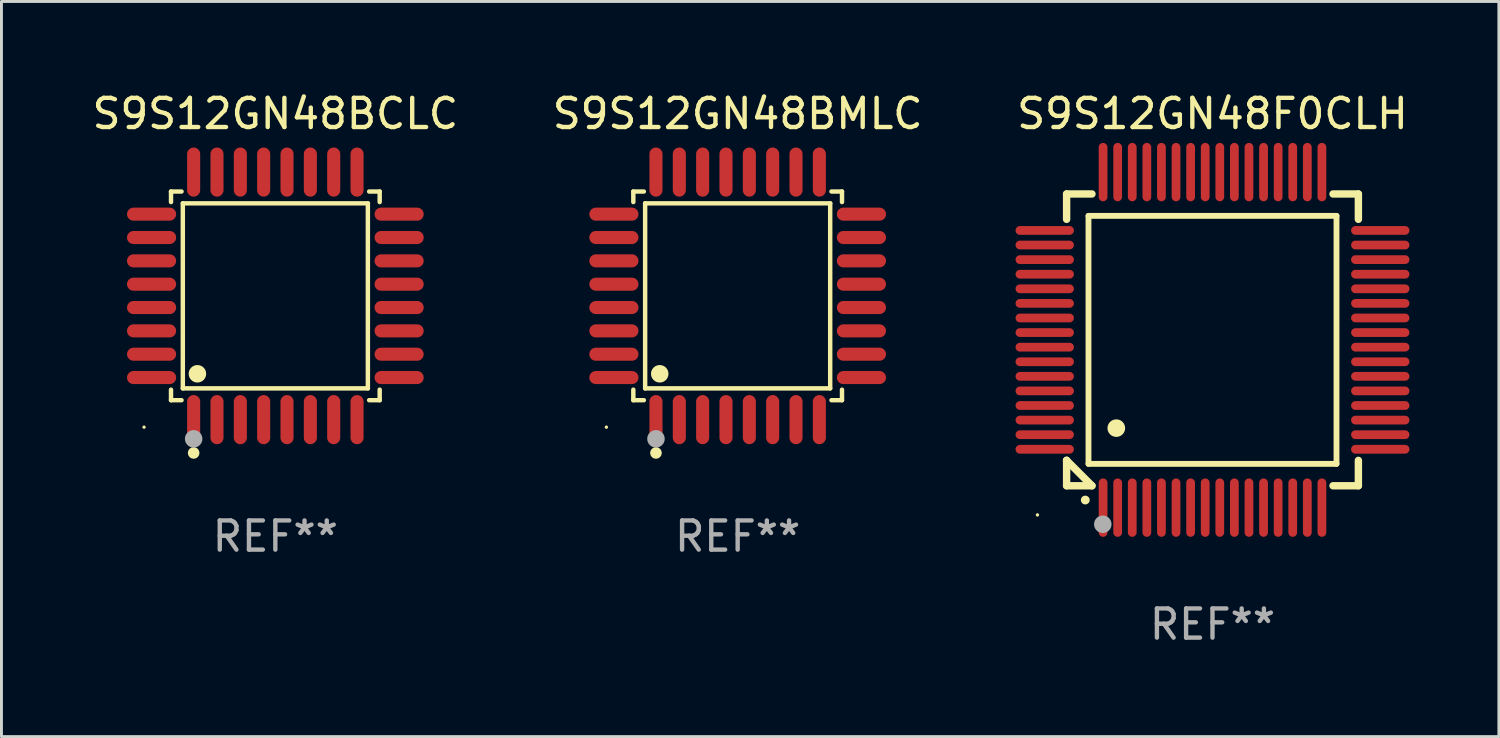
<source format=kicad_pcb>
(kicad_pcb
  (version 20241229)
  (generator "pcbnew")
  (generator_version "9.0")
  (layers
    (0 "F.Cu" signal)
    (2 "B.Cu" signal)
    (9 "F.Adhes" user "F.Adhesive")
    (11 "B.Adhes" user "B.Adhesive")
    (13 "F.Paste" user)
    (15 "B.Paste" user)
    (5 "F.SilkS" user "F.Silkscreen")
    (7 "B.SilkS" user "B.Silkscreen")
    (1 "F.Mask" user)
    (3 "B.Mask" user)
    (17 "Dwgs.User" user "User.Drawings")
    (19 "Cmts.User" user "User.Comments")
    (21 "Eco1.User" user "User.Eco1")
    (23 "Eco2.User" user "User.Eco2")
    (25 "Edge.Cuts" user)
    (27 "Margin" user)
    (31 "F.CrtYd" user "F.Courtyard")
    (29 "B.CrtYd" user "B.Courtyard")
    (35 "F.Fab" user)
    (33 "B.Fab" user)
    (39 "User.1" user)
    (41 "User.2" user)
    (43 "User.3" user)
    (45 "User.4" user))
  (footprint "S9S12GN48F0CLH"
    (layer "F.Cu")
    (at 38.506 8.598)
    (property "Reference" "S9S12GN48F0CLH" (at 0 -7.75 0) (layer "F.SilkS") (effects (font (size 1 1) (thickness 0.15))))
    (attr through_hole)
    (fp_line (start -5 -5) (end -4.131 -5) (stroke (width 0.254) (type solid)) (layer "F.SilkS"))
    (fp_line (start -5 -4.131) (end -5 -5) (stroke (width 0.254) (type solid)) (layer "F.SilkS"))
    (fp_line (start -5 4.131) (end -5 4.131) (stroke (width 0.254) (type solid)) (layer "F.SilkS"))
    (fp_line (start -5 5) (end -5 4.131) (stroke (width 0.254) (type solid)) (layer "F.SilkS"))
    (fp_line (start -5 4.131) (end -4.131 5) (stroke (width 0.254) (type solid)) (layer "F.SilkS"))
    (fp_line (start -4.25 -4.25) (end -4.25 4.25) (stroke (width 0.2) (type solid)) (layer "F.SilkS"))
    (fp_line (start -4.25 4.25) (end 4.25 4.25) (stroke (width 0.2) (type solid)) (layer "F.SilkS"))
    (fp_line (start -4.131 5) (end -5 5) (stroke (width 0.254) (type solid)) (layer "F.SilkS"))
    (fp_line (start 4.25 -4.25) (end -4.25 -4.25) (stroke (width 0.2) (type solid)) (layer "F.SilkS"))
    (fp_line (start 4.25 4.25) (end 4.25 -4.25) (stroke (width 0.2) (type solid)) (layer "F.SilkS"))
    (fp_line (start 5 -5) (end 4.131 -5) (stroke (width 0.254) (type solid)) (layer "F.SilkS"))
    (fp_line (start 5 -5) (end 5 -4.131) (stroke (width 0.254) (type solid)) (layer "F.SilkS"))
    (fp_line (start 5 4.131) (end 5 5) (stroke (width 0.254) (type solid)) (layer "F.SilkS"))
    (fp_line (start 5 5) (end 4.131 5) (stroke (width 0.254) (type solid)) (layer "F.SilkS"))
    (fp_arc (start -4.361265 5.489992) (mid -4.359995 5.489987) (end -4.358725 5.489992) (stroke (width 0.3) (type solid)) (layer "F.SilkS"))
    (fp_arc (start -3.299467 3.025146) (mid -3.296927 3.025135) (end -3.294387 3.025146) (stroke (width 0.6) (type solid)) (layer "F.SilkS"))
    (fp_circle (center -6 6) (end -5.97 6) (stroke (width 0.06) (type solid)) (fill no) (layer "F.SilkS"))
    (fp_circle (center -3.76 6.32) (end -3.61 6.32) (stroke (width 0.3) (type solid)) (fill no) (layer "F.Fab"))
    (fp_text user "REF**" (at 0 9.75 0) (layer "F.Fab") (effects (font (size 1 1) (thickness 0.15))))
    (pad "1" smd oval (at -3.75 5.75) (size 0.3 2) (layers "F.Cu" "F.Mask" "F.Paste"))
    (pad "2" smd oval (at -3.25 5.75) (size 0.3 2) (layers "F.Cu" "F.Mask" "F.Paste"))
    (pad "3" smd oval (at -2.75 5.75) (size 0.3 2) (layers "F.Cu" "F.Mask" "F.Paste"))
    (pad "4" smd oval (at -2.25 5.75) (size 0.3 2) (layers "F.Cu" "F.Mask" "F.Paste"))
    (pad "5" smd oval (at -1.75 5.75) (size 0.3 2) (layers "F.Cu" "F.Mask" "F.Paste"))
    (pad "6" smd oval (at -1.25 5.75) (size 0.3 2) (layers "F.Cu" "F.Mask" "F.Paste"))
    (pad "7" smd oval (at -0.75 5.75) (size 0.3 2) (layers "F.Cu" "F.Mask" "F.Paste"))
    (pad "8" smd oval (at -0.25 5.75) (size 0.3 2) (layers "F.Cu" "F.Mask" "F.Paste"))
    (pad "9" smd oval (at 0.25 5.75) (size 0.3 2) (layers "F.Cu" "F.Mask" "F.Paste"))
    (pad "10" smd oval (at 0.75 5.75) (size 0.3 2) (layers "F.Cu" "F.Mask" "F.Paste"))
    (pad "11" smd oval (at 1.25 5.75) (size 0.3 2) (layers "F.Cu" "F.Mask" "F.Paste"))
    (pad "12" smd oval (at 1.75 5.75) (size 0.3 2) (layers "F.Cu" "F.Mask" "F.Paste"))
    (pad "13" smd oval (at 2.25 5.75) (size 0.3 2) (layers "F.Cu" "F.Mask" "F.Paste"))
    (pad "14" smd oval (at 2.75 5.75) (size 0.3 2) (layers "F.Cu" "F.Mask" "F.Paste"))
    (pad "15" smd oval (at 3.25 5.75) (size 0.3 2) (layers "F.Cu" "F.Mask" "F.Paste"))
    (pad "16" smd oval (at 3.75 5.75) (size 0.3 2) (layers "F.Cu" "F.Mask" "F.Paste"))
    (pad "17" smd oval (at 5.75 3.75) (size 2 0.3) (layers "F.Cu" "F.Mask" "F.Paste"))
    (pad "18" smd oval (at 5.75 3.25) (size 2 0.3) (layers "F.Cu" "F.Mask" "F.Paste"))
    (pad "19" smd oval (at 5.75 2.75) (size 2 0.3) (layers "F.Cu" "F.Mask" "F.Paste"))
    (pad "20" smd oval (at 5.75 2.25) (size 2 0.3) (layers "F.Cu" "F.Mask" "F.Paste"))
    (pad "21" smd oval (at 5.75 1.75) (size 2 0.3) (layers "F.Cu" "F.Mask" "F.Paste"))
    (pad "22" smd oval (at 5.75 1.25) (size 2 0.3) (layers "F.Cu" "F.Mask" "F.Paste"))
    (pad "23" smd oval (at 5.75 0.75) (size 2 0.3) (layers "F.Cu" "F.Mask" "F.Paste"))
    (pad "24" smd oval (at 5.75 0.25) (size 2 0.3) (layers "F.Cu" "F.Mask" "F.Paste"))
    (pad "25" smd oval (at 5.75 -0.25) (size 2 0.3) (layers "F.Cu" "F.Mask" "F.Paste"))
    (pad "26" smd oval (at 5.75 -0.75) (size 2 0.3) (layers "F.Cu" "F.Mask" "F.Paste"))
    (pad "27" smd oval (at 5.75 -1.25) (size 2 0.3) (layers "F.Cu" "F.Mask" "F.Paste"))
    (pad "28" smd oval (at 5.75 -1.75) (size 2 0.3) (layers "F.Cu" "F.Mask" "F.Paste"))
    (pad "29" smd oval (at 5.75 -2.25) (size 2 0.3) (layers "F.Cu" "F.Mask" "F.Paste"))
    (pad "30" smd oval (at 5.75 -2.75) (size 2 0.3) (layers "F.Cu" "F.Mask" "F.Paste"))
    (pad "31" smd oval (at 5.75 -3.25) (size 2 0.3) (layers "F.Cu" "F.Mask" "F.Paste"))
    (pad "32" smd oval (at 5.75 -3.75) (size 2 0.3) (layers "F.Cu" "F.Mask" "F.Paste"))
    (pad "33" smd oval (at 3.75 -5.75) (size 0.3 2) (layers "F.Cu" "F.Mask" "F.Paste"))
    (pad "34" smd oval (at 3.25 -5.75) (size 0.3 2) (layers "F.Cu" "F.Mask" "F.Paste"))
    (pad "35" smd oval (at 2.75 -5.75) (size 0.3 2) (layers "F.Cu" "F.Mask" "F.Paste"))
    (pad "36" smd oval (at 2.25 -5.75) (size 0.3 2) (layers "F.Cu" "F.Mask" "F.Paste"))
    (pad "37" smd oval (at 1.75 -5.75) (size 0.3 2) (layers "F.Cu" "F.Mask" "F.Paste"))
    (pad "38" smd oval (at 1.25 -5.75) (size 0.3 2) (layers "F.Cu" "F.Mask" "F.Paste"))
    (pad "39" smd oval (at 0.75 -5.75) (size 0.3 2) (layers "F.Cu" "F.Mask" "F.Paste"))
    (pad "40" smd oval (at 0.25 -5.75) (size 0.3 2) (layers "F.Cu" "F.Mask" "F.Paste"))
    (pad "41" smd oval (at -0.25 -5.75) (size 0.3 2) (layers "F.Cu" "F.Mask" "F.Paste"))
    (pad "42" smd oval (at -0.75 -5.75) (size 0.3 2) (layers "F.Cu" "F.Mask" "F.Paste"))
    (pad "43" smd oval (at -1.25 -5.75) (size 0.3 2) (layers "F.Cu" "F.Mask" "F.Paste"))
    (pad "44" smd oval (at -1.75 -5.75) (size 0.3 2) (layers "F.Cu" "F.Mask" "F.Paste"))
    (pad "45" smd oval (at -2.25 -5.75) (size 0.3 2) (layers "F.Cu" "F.Mask" "F.Paste"))
    (pad "46" smd oval (at -2.75 -5.75) (size 0.3 2) (layers "F.Cu" "F.Mask" "F.Paste"))
    (pad "47" smd oval (at -3.25 -5.75) (size 0.3 2) (layers "F.Cu" "F.Mask" "F.Paste"))
    (pad "48" smd oval (at -3.75 -5.75) (size 0.3 2) (layers "F.Cu" "F.Mask" "F.Paste"))
    (pad "49" smd oval (at -5.75 -3.75) (size 2 0.3) (layers "F.Cu" "F.Mask" "F.Paste"))
    (pad "50" smd oval (at -5.75 -3.25) (size 2 0.3) (layers "F.Cu" "F.Mask" "F.Paste"))
    (pad "51" smd oval (at -5.75 -2.75) (size 2 0.3) (layers "F.Cu" "F.Mask" "F.Paste"))
    (pad "52" smd oval (at -5.75 -2.25) (size 2 0.3) (layers "F.Cu" "F.Mask" "F.Paste"))
    (pad "53" smd oval (at -5.75 -1.75) (size 2 0.3) (layers "F.Cu" "F.Mask" "F.Paste"))
    (pad "54" smd oval (at -5.75 -1.25) (size 2 0.3) (layers "F.Cu" "F.Mask" "F.Paste"))
    (pad "55" smd oval (at -5.75 -0.75) (size 2 0.3) (layers "F.Cu" "F.Mask" "F.Paste"))
    (pad "56" smd oval (at -5.75 -0.25) (size 2 0.3) (layers "F.Cu" "F.Mask" "F.Paste"))
    (pad "57" smd oval (at -5.75 0.25) (size 2 0.3) (layers "F.Cu" "F.Mask" "F.Paste"))
    (pad "58" smd oval (at -5.75 0.75) (size 2 0.3) (layers "F.Cu" "F.Mask" "F.Paste"))
    (pad "59" smd oval (at -5.75 1.25) (size 2 0.3) (layers "F.Cu" "F.Mask" "F.Paste"))
    (pad "60" smd oval (at -5.75 1.75) (size 2 0.3) (layers "F.Cu" "F.Mask" "F.Paste"))
    (pad "61" smd oval (at -5.75 2.25) (size 2 0.3) (layers "F.Cu" "F.Mask" "F.Paste"))
    (pad "62" smd oval (at -5.75 2.75) (size 2 0.3) (layers "F.Cu" "F.Mask" "F.Paste"))
    (pad "63" smd oval (at -5.75 3.25) (size 2 0.3) (layers "F.Cu" "F.Mask" "F.Paste"))
    (pad "64" smd oval (at -5.75 3.75) (size 2 0.3) (layers "F.Cu" "F.Mask" "F.Paste")))
  (footprint "S9S12GN48BMLC"
    (layer "F.Cu")
    (at 22.232 7.09)
    (property "Reference" "S9S12GN48BMLC" (at 0 -6.242 0) (layer "F.SilkS") (effects (font (size 1 1) (thickness 0.15))))
    (attr through_hole)
    (fp_line (start -3.576 -3.576) (end -3.215 -3.576) (stroke (width 0.152) (type solid)) (layer "F.SilkS"))
    (fp_line (start -3.576 -3.215) (end -3.576 -3.576) (stroke (width 0.152) (type solid)) (layer "F.SilkS"))
    (fp_line (start -3.576 3.215) (end -3.576 3.576) (stroke (width 0.152) (type solid)) (layer "F.SilkS"))
    (fp_line (start -3.576 3.576) (end -3.215 3.576) (stroke (width 0.152) (type solid)) (layer "F.SilkS"))
    (fp_line (start -3.171 -3.171) (end 3.171 -3.171) (stroke (width 0.152) (type solid)) (layer "F.SilkS"))
    (fp_line (start -3.171 3.171) (end -3.171 -3.171) (stroke (width 0.152) (type solid)) (layer "F.SilkS"))
    (fp_line (start 3.171 -3.171) (end 3.171 3.171) (stroke (width 0.152) (type solid)) (layer "F.SilkS"))
    (fp_line (start 3.171 3.171) (end -3.171 3.171) (stroke (width 0.152) (type solid)) (layer "F.SilkS"))
    (fp_line (start 3.576 -3.576) (end 3.215 -3.576) (stroke (width 0.152) (type solid)) (layer "F.SilkS"))
    (fp_line (start 3.576 -3.215) (end 3.576 -3.576) (stroke (width 0.152) (type solid)) (layer "F.SilkS"))
    (fp_line (start 3.576 3.215) (end 3.576 3.576) (stroke (width 0.152) (type solid)) (layer "F.SilkS"))
    (fp_line (start 3.576 3.576) (end 3.215 3.576) (stroke (width 0.152) (type solid)) (layer "F.SilkS"))
    (fp_circle (center -4.5 4.5) (end -4.47 4.5) (stroke (width 0.06) (type solid)) (fill no) (layer "F.SilkS"))
    (fp_circle (center -2.8 5.384) (end -2.7 5.384) (stroke (width 0.2) (type solid)) (fill no) (layer "F.SilkS"))
    (fp_circle (center -2.671 2.671) (end -2.521 2.671) (stroke (width 0.3) (type solid)) (fill no) (layer "F.SilkS"))
    (fp_circle (center -2.8 4.9) (end -2.65 4.9) (stroke (width 0.3) (type solid)) (fill no) (layer "F.Fab"))
    (fp_text user "REF**" (at 0 8.242 0) (layer "F.Fab") (effects (font (size 1 1) (thickness 0.15))))
    (pad "1" smd oval (at -2.8 4.242) (size 0.448 1.684) (layers "F.Cu" "F.Mask" "F.Paste"))
    (pad "2" smd oval (at -2 4.242) (size 0.448 1.684) (layers "F.Cu" "F.Mask" "F.Paste"))
    (pad "3" smd oval (at -1.2 4.242) (size 0.448 1.684) (layers "F.Cu" "F.Mask" "F.Paste"))
    (pad "4" smd oval (at -0.4 4.242) (size 0.448 1.684) (layers "F.Cu" "F.Mask" "F.Paste"))
    (pad "5" smd oval (at 0.4 4.242) (size 0.448 1.684) (layers "F.Cu" "F.Mask" "F.Paste"))
    (pad "6" smd oval (at 1.2 4.242) (size 0.448 1.684) (layers "F.Cu" "F.Mask" "F.Paste"))
    (pad "7" smd oval (at 2 4.242) (size 0.448 1.684) (layers "F.Cu" "F.Mask" "F.Paste"))
    (pad "8" smd oval (at 2.8 4.242) (size 0.448 1.684) (layers "F.Cu" "F.Mask" "F.Paste"))
    (pad "9" smd oval (at 4.242 2.8) (size 1.684 0.448) (layers "F.Cu" "F.Mask" "F.Paste"))
    (pad "10" smd oval (at 4.242 2) (size 1.684 0.448) (layers "F.Cu" "F.Mask" "F.Paste"))
    (pad "11" smd oval (at 4.242 1.2) (size 1.684 0.448) (layers "F.Cu" "F.Mask" "F.Paste"))
    (pad "12" smd oval (at 4.242 0.4) (size 1.684 0.448) (layers "F.Cu" "F.Mask" "F.Paste"))
    (pad "13" smd oval (at 4.242 -0.4) (size 1.684 0.448) (layers "F.Cu" "F.Mask" "F.Paste"))
    (pad "14" smd oval (at 4.242 -1.2) (size 1.684 0.448) (layers "F.Cu" "F.Mask" "F.Paste"))
    (pad "15" smd oval (at 4.242 -2) (size 1.684 0.448) (layers "F.Cu" "F.Mask" "F.Paste"))
    (pad "16" smd oval (at 4.242 -2.8) (size 1.684 0.448) (layers "F.Cu" "F.Mask" "F.Paste"))
    (pad "17" smd oval (at 2.8 -4.242) (size 0.448 1.684) (layers "F.Cu" "F.Mask" "F.Paste"))
    (pad "18" smd oval (at 2 -4.242) (size 0.448 1.684) (layers "F.Cu" "F.Mask" "F.Paste"))
    (pad "19" smd oval (at 1.2 -4.242) (size 0.448 1.684) (layers "F.Cu" "F.Mask" "F.Paste"))
    (pad "20" smd oval (at 0.4 -4.242) (size 0.448 1.684) (layers "F.Cu" "F.Mask" "F.Paste"))
    (pad "21" smd oval (at -0.4 -4.242) (size 0.448 1.684) (layers "F.Cu" "F.Mask" "F.Paste"))
    (pad "22" smd oval (at -1.2 -4.242) (size 0.448 1.684) (layers "F.Cu" "F.Mask" "F.Paste"))
    (pad "23" smd oval (at -2 -4.242) (size 0.448 1.684) (layers "F.Cu" "F.Mask" "F.Paste"))
    (pad "24" smd oval (at -2.8 -4.242) (size 0.448 1.684) (layers "F.Cu" "F.Mask" "F.Paste"))
    (pad "25" smd oval (at -4.242 -2.8) (size 1.684 0.448) (layers "F.Cu" "F.Mask" "F.Paste"))
    (pad "26" smd oval (at -4.242 -2) (size 1.684 0.448) (layers "F.Cu" "F.Mask" "F.Paste"))
    (pad "27" smd oval (at -4.242 -1.2) (size 1.684 0.448) (layers "F.Cu" "F.Mask" "F.Paste"))
    (pad "28" smd oval (at -4.242 -0.4) (size 1.684 0.448) (layers "F.Cu" "F.Mask" "F.Paste"))
    (pad "29" smd oval (at -4.242 0.4) (size 1.684 0.448) (layers "F.Cu" "F.Mask" "F.Paste"))
    (pad "30" smd oval (at -4.242 1.2) (size 1.684 0.448) (layers "F.Cu" "F.Mask" "F.Paste"))
    (pad "31" smd oval (at -4.242 2) (size 1.684 0.448) (layers "F.Cu" "F.Mask" "F.Paste"))
    (pad "32" smd oval (at -4.242 2.8) (size 1.684 0.448) (layers "F.Cu" "F.Mask" "F.Paste")))
  (footprint "S9S12GN48BCLC"
    (layer "F.Cu")
    (at 6.387 7.09)
    (property "Reference" "S9S12GN48BCLC" (at 0 -6.242 0) (layer "F.SilkS") (effects (font (size 1 1) (thickness 0.15))))
    (attr through_hole)
    (fp_line (start -3.576 -3.576) (end -3.215 -3.576) (stroke (width 0.152) (type solid)) (layer "F.SilkS"))
    (fp_line (start -3.576 -3.215) (end -3.576 -3.576) (stroke (width 0.152) (type solid)) (layer "F.SilkS"))
    (fp_line (start -3.576 3.215) (end -3.576 3.576) (stroke (width 0.152) (type solid)) (layer "F.SilkS"))
    (fp_line (start -3.576 3.576) (end -3.215 3.576) (stroke (width 0.152) (type solid)) (layer "F.SilkS"))
    (fp_line (start -3.171 -3.171) (end 3.171 -3.171) (stroke (width 0.152) (type solid)) (layer "F.SilkS"))
    (fp_line (start -3.171 3.171) (end -3.171 -3.171) (stroke (width 0.152) (type solid)) (layer "F.SilkS"))
    (fp_line (start 3.171 -3.171) (end 3.171 3.171) (stroke (width 0.152) (type solid)) (layer "F.SilkS"))
    (fp_line (start 3.171 3.171) (end -3.171 3.171) (stroke (width 0.152) (type solid)) (layer "F.SilkS"))
    (fp_line (start 3.576 -3.576) (end 3.215 -3.576) (stroke (width 0.152) (type solid)) (layer "F.SilkS"))
    (fp_line (start 3.576 -3.215) (end 3.576 -3.576) (stroke (width 0.152) (type solid)) (layer "F.SilkS"))
    (fp_line (start 3.576 3.215) (end 3.576 3.576) (stroke (width 0.152) (type solid)) (layer "F.SilkS"))
    (fp_line (start 3.576 3.576) (end 3.215 3.576) (stroke (width 0.152) (type solid)) (layer "F.SilkS"))
    (fp_circle (center -4.5 4.5) (end -4.47 4.5) (stroke (width 0.06) (type solid)) (fill no) (layer "F.SilkS"))
    (fp_circle (center -2.8 5.384) (end -2.7 5.384) (stroke (width 0.2) (type solid)) (fill no) (layer "F.SilkS"))
    (fp_circle (center -2.671 2.671) (end -2.521 2.671) (stroke (width 0.3) (type solid)) (fill no) (layer "F.SilkS"))
    (fp_circle (center -2.8 4.9) (end -2.65 4.9) (stroke (width 0.3) (type solid)) (fill no) (layer "F.Fab"))
    (fp_text user "REF**" (at 0 8.242 0) (layer "F.Fab") (effects (font (size 1 1) (thickness 0.15))))
    (pad "1" smd oval (at -2.8 4.242) (size 0.448 1.684) (layers "F.Cu" "F.Mask" "F.Paste"))
    (pad "2" smd oval (at -2 4.242) (size 0.448 1.684) (layers "F.Cu" "F.Mask" "F.Paste"))
    (pad "3" smd oval (at -1.2 4.242) (size 0.448 1.684) (layers "F.Cu" "F.Mask" "F.Paste"))
    (pad "4" smd oval (at -0.4 4.242) (size 0.448 1.684) (layers "F.Cu" "F.Mask" "F.Paste"))
    (pad "5" smd oval (at 0.4 4.242) (size 0.448 1.684) (layers "F.Cu" "F.Mask" "F.Paste"))
    (pad "6" smd oval (at 1.2 4.242) (size 0.448 1.684) (layers "F.Cu" "F.Mask" "F.Paste"))
    (pad "7" smd oval (at 2 4.242) (size 0.448 1.684) (layers "F.Cu" "F.Mask" "F.Paste"))
    (pad "8" smd oval (at 2.8 4.242) (size 0.448 1.684) (layers "F.Cu" "F.Mask" "F.Paste"))
    (pad "9" smd oval (at 4.242 2.8) (size 1.684 0.448) (layers "F.Cu" "F.Mask" "F.Paste"))
    (pad "10" smd oval (at 4.242 2) (size 1.684 0.448) (layers "F.Cu" "F.Mask" "F.Paste"))
    (pad "11" smd oval (at 4.242 1.2) (size 1.684 0.448) (layers "F.Cu" "F.Mask" "F.Paste"))
    (pad "12" smd oval (at 4.242 0.4) (size 1.684 0.448) (layers "F.Cu" "F.Mask" "F.Paste"))
    (pad "13" smd oval (at 4.242 -0.4) (size 1.684 0.448) (layers "F.Cu" "F.Mask" "F.Paste"))
    (pad "14" smd oval (at 4.242 -1.2) (size 1.684 0.448) (layers "F.Cu" "F.Mask" "F.Paste"))
    (pad "15" smd oval (at 4.242 -2) (size 1.684 0.448) (layers "F.Cu" "F.Mask" "F.Paste"))
    (pad "16" smd oval (at 4.242 -2.8) (size 1.684 0.448) (layers "F.Cu" "F.Mask" "F.Paste"))
    (pad "17" smd oval (at 2.8 -4.242) (size 0.448 1.684) (layers "F.Cu" "F.Mask" "F.Paste"))
    (pad "18" smd oval (at 2 -4.242) (size 0.448 1.684) (layers "F.Cu" "F.Mask" "F.Paste"))
    (pad "19" smd oval (at 1.2 -4.242) (size 0.448 1.684) (layers "F.Cu" "F.Mask" "F.Paste"))
    (pad "20" smd oval (at 0.4 -4.242) (size 0.448 1.684) (layers "F.Cu" "F.Mask" "F.Paste"))
    (pad "21" smd oval (at -0.4 -4.242) (size 0.448 1.684) (layers "F.Cu" "F.Mask" "F.Paste"))
    (pad "22" smd oval (at -1.2 -4.242) (size 0.448 1.684) (layers "F.Cu" "F.Mask" "F.Paste"))
    (pad "23" smd oval (at -2 -4.242) (size 0.448 1.684) (layers "F.Cu" "F.Mask" "F.Paste"))
    (pad "24" smd oval (at -2.8 -4.242) (size 0.448 1.684) (layers "F.Cu" "F.Mask" "F.Paste"))
    (pad "25" smd oval (at -4.242 -2.8) (size 1.684 0.448) (layers "F.Cu" "F.Mask" "F.Paste"))
    (pad "26" smd oval (at -4.242 -2) (size 1.684 0.448) (layers "F.Cu" "F.Mask" "F.Paste"))
    (pad "27" smd oval (at -4.242 -1.2) (size 1.684 0.448) (layers "F.Cu" "F.Mask" "F.Paste"))
    (pad "28" smd oval (at -4.242 -0.4) (size 1.684 0.448) (layers "F.Cu" "F.Mask" "F.Paste"))
    (pad "29" smd oval (at -4.242 0.4) (size 1.684 0.448) (layers "F.Cu" "F.Mask" "F.Paste"))
    (pad "30" smd oval (at -4.242 1.2) (size 1.684 0.448) (layers "F.Cu" "F.Mask" "F.Paste"))
    (pad "31" smd oval (at -4.242 2) (size 1.684 0.448) (layers "F.Cu" "F.Mask" "F.Paste"))
    (pad "32" smd oval (at -4.242 2.8) (size 1.684 0.448) (layers "F.Cu" "F.Mask" "F.Paste")))
  (gr_rect
    (start -3 -3)
    (end 48.321 22.196)
    (stroke (width 0.1) (type default))
    (fill no)
    (layer "Edge.Cuts")))
</source>
